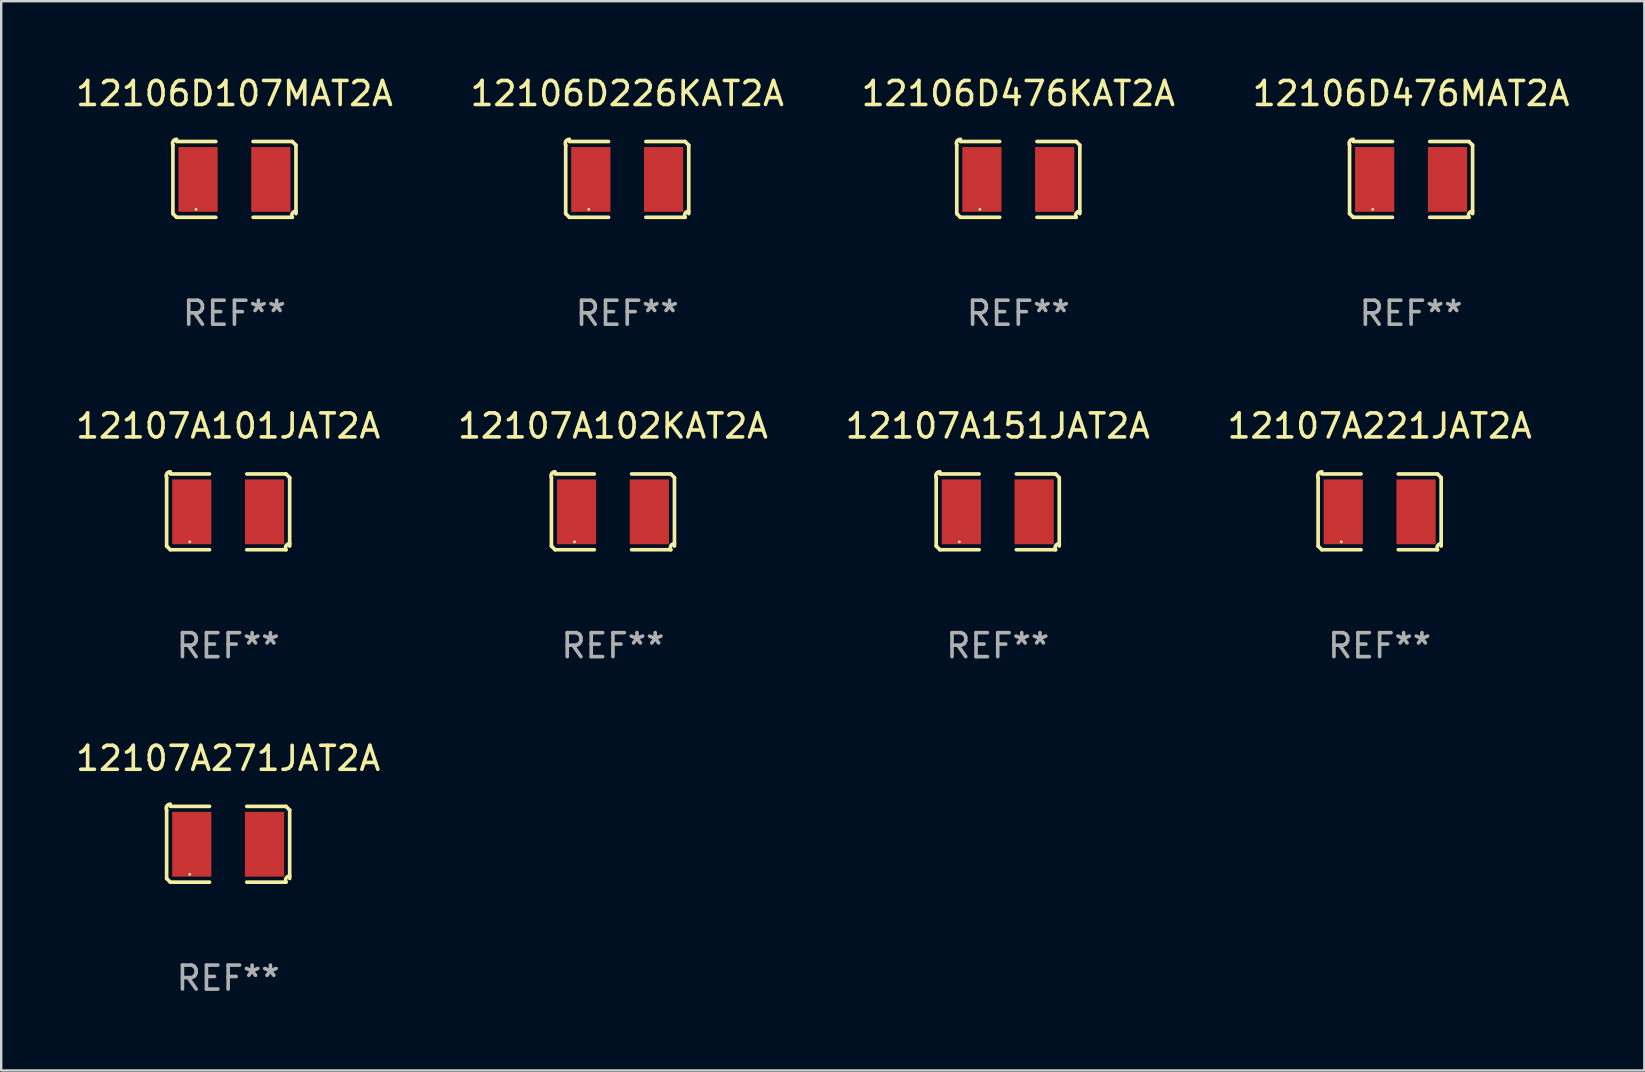
<source format=kicad_pcb>
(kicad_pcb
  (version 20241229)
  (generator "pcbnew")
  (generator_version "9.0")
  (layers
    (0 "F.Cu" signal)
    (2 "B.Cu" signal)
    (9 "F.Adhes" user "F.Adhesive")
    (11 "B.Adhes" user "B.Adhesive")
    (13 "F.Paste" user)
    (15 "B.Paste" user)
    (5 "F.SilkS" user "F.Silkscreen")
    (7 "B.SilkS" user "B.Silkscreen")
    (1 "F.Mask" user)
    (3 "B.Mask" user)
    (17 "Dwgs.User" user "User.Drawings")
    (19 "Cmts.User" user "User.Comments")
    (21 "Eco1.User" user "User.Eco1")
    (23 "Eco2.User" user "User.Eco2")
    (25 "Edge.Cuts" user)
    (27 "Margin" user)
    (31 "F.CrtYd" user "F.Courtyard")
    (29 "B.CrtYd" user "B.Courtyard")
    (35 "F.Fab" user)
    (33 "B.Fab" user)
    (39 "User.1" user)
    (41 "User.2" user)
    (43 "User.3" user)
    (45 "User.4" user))
  (footprint "12106D476MAT2A"
    (layer "F.Cu")
    (at 55.756 4.427)
    (property "Reference" "12106D476MAT2A" (at 0 -3.579 0) (layer "F.SilkS") (effects (font (size 1 1) (thickness 0.15))))
    (attr through_hole)
    (fp_line (start -2.564 1.426) (end -2.564 -1.426) (stroke (width 0.152) (type solid)) (layer "F.SilkS"))
    (fp_line (start -2.411 -1.579) (end -0.776 -1.579) (stroke (width 0.152) (type solid)) (layer "F.SilkS"))
    (fp_line (start -0.776 1.579) (end -2.411 1.579) (stroke (width 0.152) (type solid)) (layer "F.SilkS"))
    (fp_line (start 0.776 1.579) (end 2.411 1.579) (stroke (width 0.152) (type solid)) (layer "F.SilkS"))
    (fp_line (start 2.411 -1.579) (end 0.776 -1.579) (stroke (width 0.152) (type solid)) (layer "F.SilkS"))
    (fp_line (start 2.564 1.426) (end 2.564 -1.426) (stroke (width 0.152) (type solid)) (layer "F.SilkS"))
    (fp_arc (start -2.563602 -1.426213) (mid -2.555597 -1.591233) (end -2.411201 -1.671518) (stroke (width 0.1524) (type solid)) (layer "F.SilkS"))
    (fp_arc (start -2.5636 1.426214) (mid -2.487389 1.502402) (end -2.411201 1.578613) (stroke (width 0.1524) (type solid)) (layer "F.SilkS"))
    (fp_arc (start 2.411197 -1.578618) (mid 2.487403 -1.502419) (end 2.563602 -1.426213) (stroke (width 0.1524) (type solid)) (layer "F.SilkS"))
    (fp_arc (start 2.411201 1.578613) (mid 2.416214 1.409455) (end 2.563602 1.32629) (stroke (width 0.1524) (type solid)) (layer "F.SilkS"))
    (fp_circle (center -1.6 1.25) (end -1.57 1.25) (stroke (width 0.06) (type solid)) (fill no) (layer "F.SilkS"))
    (fp_text user "REF**" (at 0 5.579 0) (layer "F.Fab") (effects (font (size 1 1) (thickness 0.15))))
    (pad "1" smd rect (at -1.517 0) (size 1.635 2.7) (layers "F.Cu" "F.Mask" "F.Paste"))
    (pad "2" smd rect (at 1.517 0) (size 1.635 2.7) (layers "F.Cu" "F.Mask" "F.Paste")))
  (footprint "12107A151JAT2A"
    (layer "F.Cu")
    (at 38.53 18.281)
    (property "Reference" "12107A151JAT2A" (at 0 -3.579 0) (layer "F.SilkS") (effects (font (size 1 1) (thickness 0.15))))
    (attr through_hole)
    (fp_line (start -2.564 1.426) (end -2.564 -1.426) (stroke (width 0.152) (type solid)) (layer "F.SilkS"))
    (fp_line (start -2.411 -1.579) (end -0.776 -1.579) (stroke (width 0.152) (type solid)) (layer "F.SilkS"))
    (fp_line (start -0.776 1.579) (end -2.411 1.579) (stroke (width 0.152) (type solid)) (layer "F.SilkS"))
    (fp_line (start 0.776 1.579) (end 2.411 1.579) (stroke (width 0.152) (type solid)) (layer "F.SilkS"))
    (fp_line (start 2.411 -1.579) (end 0.776 -1.579) (stroke (width 0.152) (type solid)) (layer "F.SilkS"))
    (fp_line (start 2.564 1.426) (end 2.564 -1.426) (stroke (width 0.152) (type solid)) (layer "F.SilkS"))
    (fp_arc (start -2.563602 -1.426213) (mid -2.555597 -1.591233) (end -2.411201 -1.671518) (stroke (width 0.1524) (type solid)) (layer "F.SilkS"))
    (fp_arc (start -2.5636 1.426214) (mid -2.487389 1.502402) (end -2.411201 1.578613) (stroke (width 0.1524) (type solid)) (layer "F.SilkS"))
    (fp_arc (start 2.411197 -1.578618) (mid 2.487403 -1.502419) (end 2.563602 -1.426213) (stroke (width 0.1524) (type solid)) (layer "F.SilkS"))
    (fp_arc (start 2.411201 1.578613) (mid 2.416214 1.409455) (end 2.563602 1.32629) (stroke (width 0.1524) (type solid)) (layer "F.SilkS"))
    (fp_circle (center -1.6 1.25) (end -1.57 1.25) (stroke (width 0.06) (type solid)) (fill no) (layer "F.SilkS"))
    (fp_text user "REF**" (at 0 5.579 0) (layer "F.Fab") (effects (font (size 1 1) (thickness 0.15))))
    (pad "1" smd rect (at -1.517 0) (size 1.635 2.7) (layers "F.Cu" "F.Mask" "F.Paste"))
    (pad "2" smd rect (at 1.517 0) (size 1.635 2.7) (layers "F.Cu" "F.Mask" "F.Paste")))
  (footprint "12107A221JAT2A"
    (layer "F.Cu")
    (at 54.446 18.281)
    (property "Reference" "12107A221JAT2A" (at 0 -3.579 0) (layer "F.SilkS") (effects (font (size 1 1) (thickness 0.15))))
    (attr through_hole)
    (fp_line (start -2.564 1.426) (end -2.564 -1.426) (stroke (width 0.152) (type solid)) (layer "F.SilkS"))
    (fp_line (start -2.411 -1.579) (end -0.776 -1.579) (stroke (width 0.152) (type solid)) (layer "F.SilkS"))
    (fp_line (start -0.776 1.579) (end -2.411 1.579) (stroke (width 0.152) (type solid)) (layer "F.SilkS"))
    (fp_line (start 0.776 1.579) (end 2.411 1.579) (stroke (width 0.152) (type solid)) (layer "F.SilkS"))
    (fp_line (start 2.411 -1.579) (end 0.776 -1.579) (stroke (width 0.152) (type solid)) (layer "F.SilkS"))
    (fp_line (start 2.564 1.426) (end 2.564 -1.426) (stroke (width 0.152) (type solid)) (layer "F.SilkS"))
    (fp_arc (start -2.563602 -1.426213) (mid -2.555597 -1.591233) (end -2.411201 -1.671518) (stroke (width 0.1524) (type solid)) (layer "F.SilkS"))
    (fp_arc (start -2.5636 1.426214) (mid -2.487389 1.502402) (end -2.411201 1.578613) (stroke (width 0.1524) (type solid)) (layer "F.SilkS"))
    (fp_arc (start 2.411197 -1.578618) (mid 2.487403 -1.502419) (end 2.563602 -1.426213) (stroke (width 0.1524) (type solid)) (layer "F.SilkS"))
    (fp_arc (start 2.411201 1.578613) (mid 2.416214 1.409455) (end 2.563602 1.32629) (stroke (width 0.1524) (type solid)) (layer "F.SilkS"))
    (fp_circle (center -1.6 1.25) (end -1.57 1.25) (stroke (width 0.06) (type solid)) (fill no) (layer "F.SilkS"))
    (fp_text user "REF**" (at 0 5.579 0) (layer "F.Fab") (effects (font (size 1 1) (thickness 0.15))))
    (pad "1" smd rect (at -1.517 0) (size 1.635 2.7) (layers "F.Cu" "F.Mask" "F.Paste"))
    (pad "2" smd rect (at 1.517 0) (size 1.635 2.7) (layers "F.Cu" "F.Mask" "F.Paste")))
  (footprint "12107A271JAT2A"
    (layer "F.Cu")
    (at 6.458 32.134)
    (property "Reference" "12107A271JAT2A" (at 0 -3.579 0) (layer "F.SilkS") (effects (font (size 1 1) (thickness 0.15))))
    (attr through_hole)
    (fp_line (start -2.564 1.426) (end -2.564 -1.426) (stroke (width 0.152) (type solid)) (layer "F.SilkS"))
    (fp_line (start -2.411 -1.579) (end -0.776 -1.579) (stroke (width 0.152) (type solid)) (layer "F.SilkS"))
    (fp_line (start -0.776 1.579) (end -2.411 1.579) (stroke (width 0.152) (type solid)) (layer "F.SilkS"))
    (fp_line (start 0.776 1.579) (end 2.411 1.579) (stroke (width 0.152) (type solid)) (layer "F.SilkS"))
    (fp_line (start 2.411 -1.579) (end 0.776 -1.579) (stroke (width 0.152) (type solid)) (layer "F.SilkS"))
    (fp_line (start 2.564 1.426) (end 2.564 -1.426) (stroke (width 0.152) (type solid)) (layer "F.SilkS"))
    (fp_arc (start -2.563602 -1.426213) (mid -2.555597 -1.591233) (end -2.411201 -1.671518) (stroke (width 0.1524) (type solid)) (layer "F.SilkS"))
    (fp_arc (start -2.5636 1.426214) (mid -2.487389 1.502402) (end -2.411201 1.578613) (stroke (width 0.1524) (type solid)) (layer "F.SilkS"))
    (fp_arc (start 2.411197 -1.578618) (mid 2.487403 -1.502419) (end 2.563602 -1.426213) (stroke (width 0.1524) (type solid)) (layer "F.SilkS"))
    (fp_arc (start 2.411201 1.578613) (mid 2.416214 1.409455) (end 2.563602 1.32629) (stroke (width 0.1524) (type solid)) (layer "F.SilkS"))
    (fp_circle (center -1.6 1.25) (end -1.57 1.25) (stroke (width 0.06) (type solid)) (fill no) (layer "F.SilkS"))
    (fp_text user "REF**" (at 0 5.579 0) (layer "F.Fab") (effects (font (size 1 1) (thickness 0.15))))
    (pad "1" smd rect (at -1.517 0) (size 1.635 2.7) (layers "F.Cu" "F.Mask" "F.Paste"))
    (pad "2" smd rect (at 1.517 0) (size 1.635 2.7) (layers "F.Cu" "F.Mask" "F.Paste")))
  (footprint "12107A102KAT2A"
    (layer "F.Cu")
    (at 22.494 18.281)
    (property "Reference" "12107A102KAT2A" (at 0 -3.579 0) (layer "F.SilkS") (effects (font (size 1 1) (thickness 0.15))))
    (attr through_hole)
    (fp_line (start -2.564 1.426) (end -2.564 -1.426) (stroke (width 0.152) (type solid)) (layer "F.SilkS"))
    (fp_line (start -2.411 -1.579) (end -0.776 -1.579) (stroke (width 0.152) (type solid)) (layer "F.SilkS"))
    (fp_line (start -0.776 1.579) (end -2.411 1.579) (stroke (width 0.152) (type solid)) (layer "F.SilkS"))
    (fp_line (start 0.776 1.579) (end 2.411 1.579) (stroke (width 0.152) (type solid)) (layer "F.SilkS"))
    (fp_line (start 2.411 -1.579) (end 0.776 -1.579) (stroke (width 0.152) (type solid)) (layer "F.SilkS"))
    (fp_line (start 2.564 1.426) (end 2.564 -1.426) (stroke (width 0.152) (type solid)) (layer "F.SilkS"))
    (fp_arc (start -2.563602 -1.426213) (mid -2.555597 -1.591233) (end -2.411201 -1.671518) (stroke (width 0.1524) (type solid)) (layer "F.SilkS"))
    (fp_arc (start -2.5636 1.426214) (mid -2.487389 1.502402) (end -2.411201 1.578613) (stroke (width 0.1524) (type solid)) (layer "F.SilkS"))
    (fp_arc (start 2.411197 -1.578618) (mid 2.487403 -1.502419) (end 2.563602 -1.426213) (stroke (width 0.1524) (type solid)) (layer "F.SilkS"))
    (fp_arc (start 2.411201 1.578613) (mid 2.416214 1.409455) (end 2.563602 1.32629) (stroke (width 0.1524) (type solid)) (layer "F.SilkS"))
    (fp_circle (center -1.6 1.25) (end -1.57 1.25) (stroke (width 0.06) (type solid)) (fill no) (layer "F.SilkS"))
    (fp_text user "REF**" (at 0 5.579 0) (layer "F.Fab") (effects (font (size 1 1) (thickness 0.15))))
    (pad "1" smd rect (at -1.517 0) (size 1.635 2.7) (layers "F.Cu" "F.Mask" "F.Paste"))
    (pad "2" smd rect (at 1.517 0) (size 1.635 2.7) (layers "F.Cu" "F.Mask" "F.Paste")))
  (footprint "12106D476KAT2A"
    (layer "F.Cu")
    (at 39.387 4.427)
    (property "Reference" "12106D476KAT2A" (at 0 -3.579 0) (layer "F.SilkS") (effects (font (size 1 1) (thickness 0.15))))
    (attr through_hole)
    (fp_line (start -2.564 1.426) (end -2.564 -1.426) (stroke (width 0.152) (type solid)) (layer "F.SilkS"))
    (fp_line (start -2.411 -1.579) (end -0.776 -1.579) (stroke (width 0.152) (type solid)) (layer "F.SilkS"))
    (fp_line (start -0.776 1.579) (end -2.411 1.579) (stroke (width 0.152) (type solid)) (layer "F.SilkS"))
    (fp_line (start 0.776 1.579) (end 2.411 1.579) (stroke (width 0.152) (type solid)) (layer "F.SilkS"))
    (fp_line (start 2.411 -1.579) (end 0.776 -1.579) (stroke (width 0.152) (type solid)) (layer "F.SilkS"))
    (fp_line (start 2.564 1.426) (end 2.564 -1.426) (stroke (width 0.152) (type solid)) (layer "F.SilkS"))
    (fp_arc (start -2.563602 -1.426213) (mid -2.555597 -1.591233) (end -2.411201 -1.671518) (stroke (width 0.1524) (type solid)) (layer "F.SilkS"))
    (fp_arc (start -2.5636 1.426214) (mid -2.487389 1.502402) (end -2.411201 1.578613) (stroke (width 0.1524) (type solid)) (layer "F.SilkS"))
    (fp_arc (start 2.411197 -1.578618) (mid 2.487403 -1.502419) (end 2.563602 -1.426213) (stroke (width 0.1524) (type solid)) (layer "F.SilkS"))
    (fp_arc (start 2.411201 1.578613) (mid 2.416214 1.409455) (end 2.563602 1.32629) (stroke (width 0.1524) (type solid)) (layer "F.SilkS"))
    (fp_circle (center -1.6 1.25) (end -1.57 1.25) (stroke (width 0.06) (type solid)) (fill no) (layer "F.SilkS"))
    (fp_text user "REF**" (at 0 5.579 0) (layer "F.Fab") (effects (font (size 1 1) (thickness 0.15))))
    (pad "1" smd rect (at -1.517 0) (size 1.635 2.7) (layers "F.Cu" "F.Mask" "F.Paste"))
    (pad "2" smd rect (at 1.517 0) (size 1.635 2.7) (layers "F.Cu" "F.Mask" "F.Paste")))
  (footprint "12106D226KAT2A"
    (layer "F.Cu")
    (at 23.089 4.427)
    (property "Reference" "12106D226KAT2A" (at 0 -3.579 0) (layer "F.SilkS") (effects (font (size 1 1) (thickness 0.15))))
    (attr through_hole)
    (fp_line (start -2.564 1.426) (end -2.564 -1.426) (stroke (width 0.152) (type solid)) (layer "F.SilkS"))
    (fp_line (start -2.411 -1.579) (end -0.776 -1.579) (stroke (width 0.152) (type solid)) (layer "F.SilkS"))
    (fp_line (start -0.776 1.579) (end -2.411 1.579) (stroke (width 0.152) (type solid)) (layer "F.SilkS"))
    (fp_line (start 0.776 1.579) (end 2.411 1.579) (stroke (width 0.152) (type solid)) (layer "F.SilkS"))
    (fp_line (start 2.411 -1.579) (end 0.776 -1.579) (stroke (width 0.152) (type solid)) (layer "F.SilkS"))
    (fp_line (start 2.564 1.426) (end 2.564 -1.426) (stroke (width 0.152) (type solid)) (layer "F.SilkS"))
    (fp_arc (start -2.563602 -1.426213) (mid -2.555597 -1.591233) (end -2.411201 -1.671518) (stroke (width 0.1524) (type solid)) (layer "F.SilkS"))
    (fp_arc (start -2.5636 1.426214) (mid -2.487389 1.502402) (end -2.411201 1.578613) (stroke (width 0.1524) (type solid)) (layer "F.SilkS"))
    (fp_arc (start 2.411197 -1.578618) (mid 2.487403 -1.502419) (end 2.563602 -1.426213) (stroke (width 0.1524) (type solid)) (layer "F.SilkS"))
    (fp_arc (start 2.411201 1.578613) (mid 2.416214 1.409455) (end 2.563602 1.32629) (stroke (width 0.1524) (type solid)) (layer "F.SilkS"))
    (fp_circle (center -1.6 1.25) (end -1.57 1.25) (stroke (width 0.06) (type solid)) (fill no) (layer "F.SilkS"))
    (fp_text user "REF**" (at 0 5.579 0) (layer "F.Fab") (effects (font (size 1 1) (thickness 0.15))))
    (pad "1" smd rect (at -1.517 0) (size 1.635 2.7) (layers "F.Cu" "F.Mask" "F.Paste"))
    (pad "2" smd rect (at 1.517 0) (size 1.635 2.7) (layers "F.Cu" "F.Mask" "F.Paste")))
  (footprint "12106D107MAT2A"
    (layer "F.Cu")
    (at 6.72 4.427)
    (property "Reference" "12106D107MAT2A" (at 0 -3.579 0) (layer "F.SilkS") (effects (font (size 1 1) (thickness 0.15))))
    (attr through_hole)
    (fp_line (start -2.564 1.426) (end -2.564 -1.426) (stroke (width 0.152) (type solid)) (layer "F.SilkS"))
    (fp_line (start -2.411 -1.579) (end -0.776 -1.579) (stroke (width 0.152) (type solid)) (layer "F.SilkS"))
    (fp_line (start -0.776 1.579) (end -2.411 1.579) (stroke (width 0.152) (type solid)) (layer "F.SilkS"))
    (fp_line (start 0.776 1.579) (end 2.411 1.579) (stroke (width 0.152) (type solid)) (layer "F.SilkS"))
    (fp_line (start 2.411 -1.579) (end 0.776 -1.579) (stroke (width 0.152) (type solid)) (layer "F.SilkS"))
    (fp_line (start 2.564 1.426) (end 2.564 -1.426) (stroke (width 0.152) (type solid)) (layer "F.SilkS"))
    (fp_arc (start -2.563602 -1.426213) (mid -2.555597 -1.591233) (end -2.411201 -1.671518) (stroke (width 0.1524) (type solid)) (layer "F.SilkS"))
    (fp_arc (start -2.5636 1.426214) (mid -2.487389 1.502402) (end -2.411201 1.578613) (stroke (width 0.1524) (type solid)) (layer "F.SilkS"))
    (fp_arc (start 2.411197 -1.578618) (mid 2.487403 -1.502419) (end 2.563602 -1.426213) (stroke (width 0.1524) (type solid)) (layer "F.SilkS"))
    (fp_arc (start 2.411201 1.578613) (mid 2.416214 1.409455) (end 2.563602 1.32629) (stroke (width 0.1524) (type solid)) (layer "F.SilkS"))
    (fp_circle (center -1.6 1.25) (end -1.57 1.25) (stroke (width 0.06) (type solid)) (fill no) (layer "F.SilkS"))
    (fp_text user "REF**" (at 0 5.579 0) (layer "F.Fab") (effects (font (size 1 1) (thickness 0.15))))
    (pad "1" smd rect (at -1.517 0) (size 1.635 2.7) (layers "F.Cu" "F.Mask" "F.Paste"))
    (pad "2" smd rect (at 1.517 0) (size 1.635 2.7) (layers "F.Cu" "F.Mask" "F.Paste")))
  (footprint "12107A101JAT2A"
    (layer "F.Cu")
    (at 6.458 18.281)
    (property "Reference" "12107A101JAT2A" (at 0 -3.579 0) (layer "F.SilkS") (effects (font (size 1 1) (thickness 0.15))))
    (attr through_hole)
    (fp_line (start -2.564 1.426) (end -2.564 -1.426) (stroke (width 0.152) (type solid)) (layer "F.SilkS"))
    (fp_line (start -2.411 -1.579) (end -0.776 -1.579) (stroke (width 0.152) (type solid)) (layer "F.SilkS"))
    (fp_line (start -0.776 1.579) (end -2.411 1.579) (stroke (width 0.152) (type solid)) (layer "F.SilkS"))
    (fp_line (start 0.776 1.579) (end 2.411 1.579) (stroke (width 0.152) (type solid)) (layer "F.SilkS"))
    (fp_line (start 2.411 -1.579) (end 0.776 -1.579) (stroke (width 0.152) (type solid)) (layer "F.SilkS"))
    (fp_line (start 2.564 1.426) (end 2.564 -1.426) (stroke (width 0.152) (type solid)) (layer "F.SilkS"))
    (fp_arc (start -2.563602 -1.426213) (mid -2.555597 -1.591233) (end -2.411201 -1.671518) (stroke (width 0.1524) (type solid)) (layer "F.SilkS"))
    (fp_arc (start -2.5636 1.426214) (mid -2.487389 1.502402) (end -2.411201 1.578613) (stroke (width 0.1524) (type solid)) (layer "F.SilkS"))
    (fp_arc (start 2.411197 -1.578618) (mid 2.487403 -1.502419) (end 2.563602 -1.426213) (stroke (width 0.1524) (type solid)) (layer "F.SilkS"))
    (fp_arc (start 2.411201 1.578613) (mid 2.416214 1.409455) (end 2.563602 1.32629) (stroke (width 0.1524) (type solid)) (layer "F.SilkS"))
    (fp_circle (center -1.6 1.25) (end -1.57 1.25) (stroke (width 0.06) (type solid)) (fill no) (layer "F.SilkS"))
    (fp_text user "REF**" (at 0 5.579 0) (layer "F.Fab") (effects (font (size 1 1) (thickness 0.15))))
    (pad "1" smd rect (at -1.517 0) (size 1.635 2.7) (layers "F.Cu" "F.Mask" "F.Paste"))
    (pad "2" smd rect (at 1.517 0) (size 1.635 2.7) (layers "F.Cu" "F.Mask" "F.Paste")))
  (gr_rect
    (start -3 -3)
    (end 65.476 41.561)
    (stroke (width 0.1) (type default))
    (fill no)
    (layer "Edge.Cuts")))
</source>
